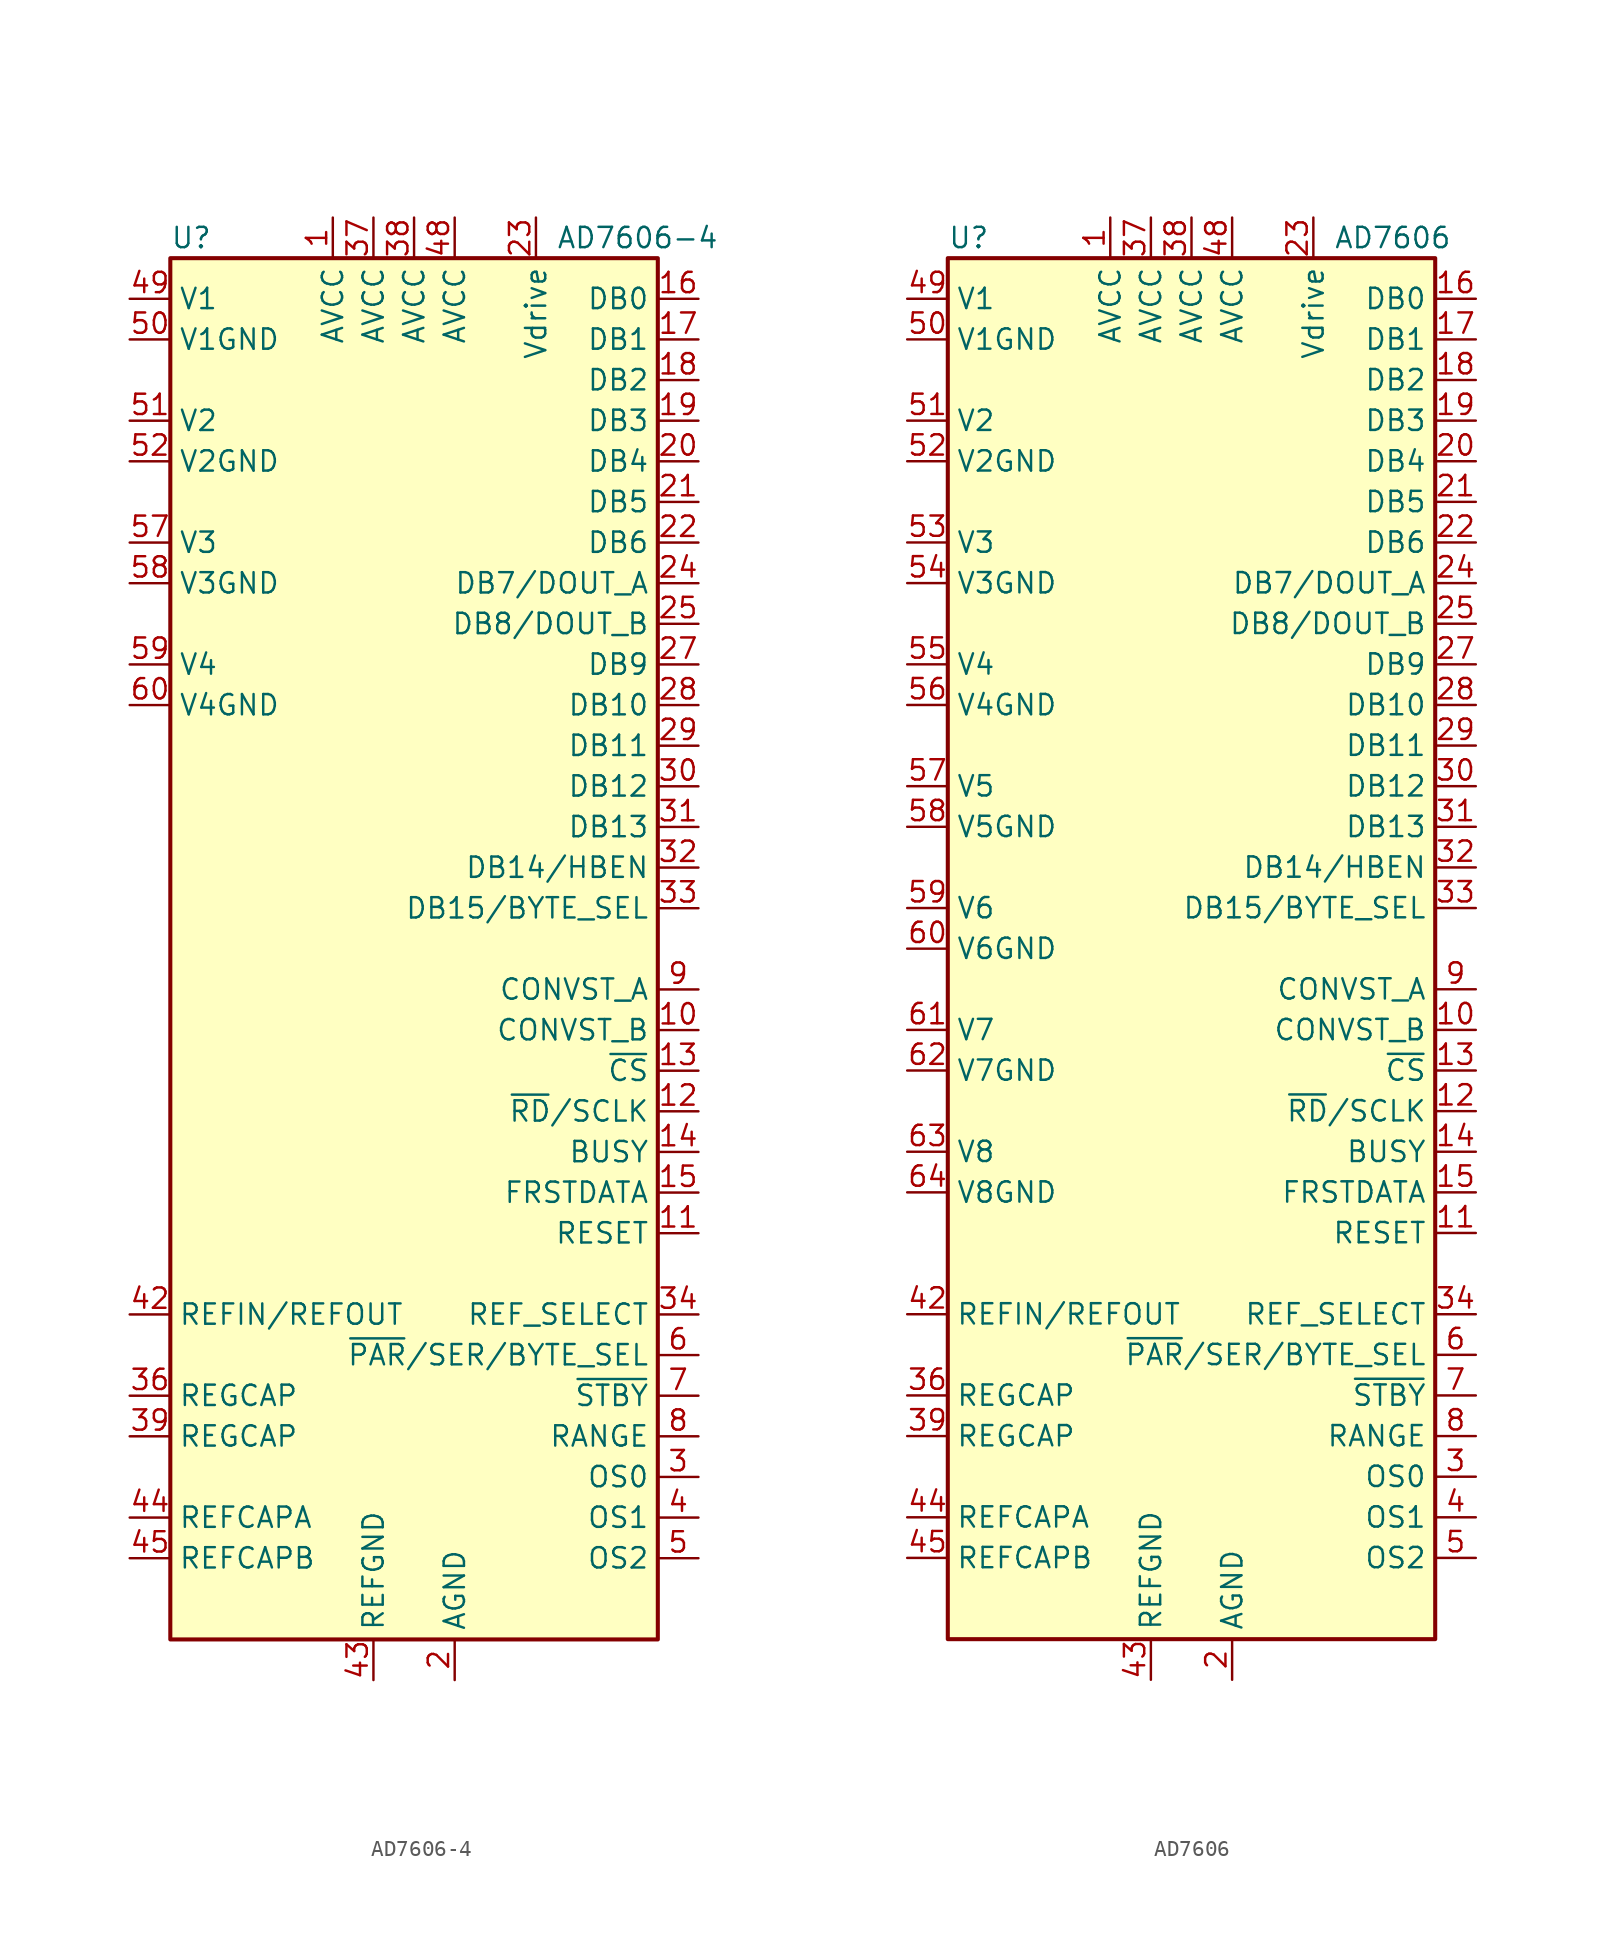
<source format=kicad_sym>
(kicad_symbol_lib
  (version 20241209)
  (generator "kicad_symbol_editor")
  (generator_version "9.0")
  (symbol "AD7606-4"
    (property "Reference" "U"
      (at -15.24 44.45 0)
      (effects (font (size 1.27 1.27)) (justify left)))
    (property "Value" "AD7606-4"
      (at 8.89 44.45 0)
      (effects (font (size 1.27 1.27)) (justify left)))
    (symbol "AD7606-4_1_1"
      (rectangle (start -15.24 43.18) (end 15.24 -43.18) (stroke (width 0.254) (type default)) (fill (type background)))
      (pin input line (at -17.78 40.64 0) (length 2.54) (name "V1" (effects (font (size 1.27 1.27)))) (number "49" (effects (font (size 1.27 1.27)))))
      (pin input line (at -17.78 38.1 0) (length 2.54) (name "V1GND" (effects (font (size 1.27 1.27)))) (number "50" (effects (font (size 1.27 1.27)))))
      (pin input line (at -17.78 33.02 0) (length 2.54) (name "V2" (effects (font (size 1.27 1.27)))) (number "51" (effects (font (size 1.27 1.27)))))
      (pin input line (at -17.78 30.48 0) (length 2.54) (name "V2GND" (effects (font (size 1.27 1.27)))) (number "52" (effects (font (size 1.27 1.27)))))
      (pin input line (at -17.78 25.4 0) (length 2.54) (name "V3" (effects (font (size 1.27 1.27)))) (number "57" (effects (font (size 1.27 1.27)))))
      (pin input line (at -17.78 22.86 0) (length 2.54) (name "V3GND" (effects (font (size 1.27 1.27)))) (number "58" (effects (font (size 1.27 1.27)))))
      (pin input line (at -17.78 17.78 0) (length 2.54) (name "V4" (effects (font (size 1.27 1.27)))) (number "59" (effects (font (size 1.27 1.27)))))
      (pin input line (at -17.78 15.24 0) (length 2.54) (name "V4GND" (effects (font (size 1.27 1.27)))) (number "60" (effects (font (size 1.27 1.27)))))
      (pin passive line (at -17.78 -22.86 0) (length 2.54) (name "REFIN/REFOUT" (effects (font (size 1.27 1.27)))) (number "42" (effects (font (size 1.27 1.27)))))
      (pin passive line (at -17.78 -27.94 0) (length 2.54) (name "REGCAP" (effects (font (size 1.27 1.27)))) (number "36" (effects (font (size 1.27 1.27)))))
      (pin passive line (at -17.78 -30.48 0) (length 2.54) (name "REGCAP" (effects (font (size 1.27 1.27)))) (number "39" (effects (font (size 1.27 1.27)))))
      (pin passive line (at -17.78 -35.56 0) (length 2.54) (name "REFCAPA" (effects (font (size 1.27 1.27)))) (number "44" (effects (font (size 1.27 1.27)))))
      (pin passive line (at -17.78 -38.1 0) (length 2.54) (name "REFCAPB" (effects (font (size 1.27 1.27)))) (number "45" (effects (font (size 1.27 1.27)))))
      (pin power_in line (at -5.08 45.72 270) (length 2.54) (name "AVCC" (effects (font (size 1.27 1.27)))) (number "1" (effects (font (size 1.27 1.27)))))
      (pin power_in line (at -2.54 45.72 270) (length 2.54) (name "AVCC" (effects (font (size 1.27 1.27)))) (number "37" (effects (font (size 1.27 1.27)))))
      (pin power_in line (at -2.54 -45.72 90) (length 2.54) (name "REFGND" (effects (font (size 1.27 1.27)))) (number "43" (effects (font (size 1.27 1.27)))))
      (pin passive line (at -2.54 -45.72 90) (length 2.54) (hide yes) (name "REFGND" (effects (font (size 1.27 1.27)))) (number "46" (effects (font (size 1.27 1.27)))))
      (pin power_in line (at 0 45.72 270) (length 2.54) (name "AVCC" (effects (font (size 1.27 1.27)))) (number "38" (effects (font (size 1.27 1.27)))))
      (pin power_in line (at 2.54 45.72 270) (length 2.54) (name "AVCC" (effects (font (size 1.27 1.27)))) (number "48" (effects (font (size 1.27 1.27)))))
      (pin power_in line (at 2.54 -45.72 90) (length 2.54) (name "AGND" (effects (font (size 1.27 1.27)))) (number "2" (effects (font (size 1.27 1.27)))))
      (pin passive line (at 2.54 -45.72 90) (length 2.54) (hide yes) (name "AGND" (effects (font (size 1.27 1.27)))) (number "26" (effects (font (size 1.27 1.27)))))
      (pin passive line (at 2.54 -45.72 90) (length 2.54) (hide yes) (name "AGND" (effects (font (size 1.27 1.27)))) (number "35" (effects (font (size 1.27 1.27)))))
      (pin passive line (at 2.54 -45.72 90) (length 2.54) (hide yes) (name "AGND" (effects (font (size 1.27 1.27)))) (number "40" (effects (font (size 1.27 1.27)))))
      (pin passive line (at 2.54 -45.72 90) (length 2.54) (hide yes) (name "AGND" (effects (font (size 1.27 1.27)))) (number "41" (effects (font (size 1.27 1.27)))))
      (pin passive line (at 2.54 -45.72 90) (length 2.54) (hide yes) (name "AGND" (effects (font (size 1.27 1.27)))) (number "47" (effects (font (size 1.27 1.27)))))
      (pin passive line (at 2.54 -45.72 90) (length 2.54) (hide yes) (name "AGND" (effects (font (size 1.27 1.27)))) (number "53" (effects (font (size 1.27 1.27)))))
      (pin passive line (at 2.54 -45.72 90) (length 2.54) (hide yes) (name "AGND" (effects (font (size 1.27 1.27)))) (number "54" (effects (font (size 1.27 1.27)))))
      (pin passive line (at 2.54 -45.72 90) (length 2.54) (hide yes) (name "AGND" (effects (font (size 1.27 1.27)))) (number "55" (effects (font (size 1.27 1.27)))))
      (pin passive line (at 2.54 -45.72 90) (length 2.54) (hide yes) (name "AGND" (effects (font (size 1.27 1.27)))) (number "56" (effects (font (size 1.27 1.27)))))
      (pin passive line (at 2.54 -45.72 90) (length 2.54) (hide yes) (name "AGND" (effects (font (size 1.27 1.27)))) (number "61" (effects (font (size 1.27 1.27)))))
      (pin passive line (at 2.54 -45.72 90) (length 2.54) (hide yes) (name "AGND" (effects (font (size 1.27 1.27)))) (number "62" (effects (font (size 1.27 1.27)))))
      (pin passive line (at 2.54 -45.72 90) (length 2.54) (hide yes) (name "AGND" (effects (font (size 1.27 1.27)))) (number "63" (effects (font (size 1.27 1.27)))))
      (pin passive line (at 2.54 -45.72 90) (length 2.54) (hide yes) (name "AGND" (effects (font (size 1.27 1.27)))) (number "64" (effects (font (size 1.27 1.27)))))
      (pin power_in line (at 7.62 45.72 270) (length 2.54) (name "Vdrive" (effects (font (size 1.27 1.27)))) (number "23" (effects (font (size 1.27 1.27)))))
      (pin output line (at 17.78 40.64 180) (length 2.54) (name "DB0" (effects (font (size 1.27 1.27)))) (number "16" (effects (font (size 1.27 1.27)))))
      (pin output line (at 17.78 38.1 180) (length 2.54) (name "DB1" (effects (font (size 1.27 1.27)))) (number "17" (effects (font (size 1.27 1.27)))))
      (pin output line (at 17.78 35.56 180) (length 2.54) (name "DB2" (effects (font (size 1.27 1.27)))) (number "18" (effects (font (size 1.27 1.27)))))
      (pin output line (at 17.78 33.02 180) (length 2.54) (name "DB3" (effects (font (size 1.27 1.27)))) (number "19" (effects (font (size 1.27 1.27)))))
      (pin output line (at 17.78 30.48 180) (length 2.54) (name "DB4" (effects (font (size 1.27 1.27)))) (number "20" (effects (font (size 1.27 1.27)))))
      (pin output line (at 17.78 27.94 180) (length 2.54) (name "DB5" (effects (font (size 1.27 1.27)))) (number "21" (effects (font (size 1.27 1.27)))))
      (pin output line (at 17.78 25.4 180) (length 2.54) (name "DB6" (effects (font (size 1.27 1.27)))) (number "22" (effects (font (size 1.27 1.27)))))
      (pin output line (at 17.78 22.86 180) (length 2.54) (name "DB7/DOUT_A" (effects (font (size 1.27 1.27)))) (number "24" (effects (font (size 1.27 1.27)))))
      (pin output line (at 17.78 20.32 180) (length 2.54) (name "DB8/DOUT_B" (effects (font (size 1.27 1.27)))) (number "25" (effects (font (size 1.27 1.27)))))
      (pin output line (at 17.78 17.78 180) (length 2.54) (name "DB9" (effects (font (size 1.27 1.27)))) (number "27" (effects (font (size 1.27 1.27)))))
      (pin output line (at 17.78 15.24 180) (length 2.54) (name "DB10" (effects (font (size 1.27 1.27)))) (number "28" (effects (font (size 1.27 1.27)))))
      (pin output line (at 17.78 12.7 180) (length 2.54) (name "DB11" (effects (font (size 1.27 1.27)))) (number "29" (effects (font (size 1.27 1.27)))))
      (pin output line (at 17.78 10.16 180) (length 2.54) (name "DB12" (effects (font (size 1.27 1.27)))) (number "30" (effects (font (size 1.27 1.27)))))
      (pin output line (at 17.78 7.62 180) (length 2.54) (name "DB13" (effects (font (size 1.27 1.27)))) (number "31" (effects (font (size 1.27 1.27)))))
      (pin bidirectional line (at 17.78 5.08 180) (length 2.54) (name "DB14/HBEN" (effects (font (size 1.27 1.27)))) (number "32" (effects (font (size 1.27 1.27)))))
      (pin bidirectional line (at 17.78 2.54 180) (length 2.54) (name "DB15/BYTE_SEL" (effects (font (size 1.27 1.27)))) (number "33" (effects (font (size 1.27 1.27)))))
      (pin input line (at 17.78 -2.54 180) (length 2.54) (name "CONVST_A" (effects (font (size 1.27 1.27)))) (number "9" (effects (font (size 1.27 1.27)))))
      (pin input line (at 17.78 -5.08 180) (length 2.54) (name "CONVST_B" (effects (font (size 1.27 1.27)))) (number "10" (effects (font (size 1.27 1.27)))))
      (pin input line (at 17.78 -7.62 180) (length 2.54) (name "~{CS}" (effects (font (size 1.27 1.27)))) (number "13" (effects (font (size 1.27 1.27)))))
      (pin input line (at 17.78 -10.16 180) (length 2.54) (name "~{RD}/SCLK" (effects (font (size 1.27 1.27)))) (number "12" (effects (font (size 1.27 1.27)))))
      (pin output line (at 17.78 -12.7 180) (length 2.54) (name "BUSY" (effects (font (size 1.27 1.27)))) (number "14" (effects (font (size 1.27 1.27)))))
      (pin output line (at 17.78 -15.24 180) (length 2.54) (name "FRSTDATA" (effects (font (size 1.27 1.27)))) (number "15" (effects (font (size 1.27 1.27)))))
      (pin input line (at 17.78 -17.78 180) (length 2.54) (name "RESET" (effects (font (size 1.27 1.27)))) (number "11" (effects (font (size 1.27 1.27)))))
      (pin input line (at 17.78 -22.86 180) (length 2.54) (name "REF_SELECT" (effects (font (size 1.27 1.27)))) (number "34" (effects (font (size 1.27 1.27)))))
      (pin input line (at 17.78 -25.4 180) (length 2.54) (name "~{PAR}/SER/BYTE_SEL" (effects (font (size 1.27 1.27)))) (number "6" (effects (font (size 1.27 1.27)))))
      (pin input line (at 17.78 -27.94 180) (length 2.54) (name "~{STBY}" (effects (font (size 1.27 1.27)))) (number "7" (effects (font (size 1.27 1.27)))))
      (pin input line (at 17.78 -30.48 180) (length 2.54) (name "RANGE" (effects (font (size 1.27 1.27)))) (number "8" (effects (font (size 1.27 1.27)))))
      (pin input line (at 17.78 -33.02 180) (length 2.54) (name "OS0" (effects (font (size 1.27 1.27)))) (number "3" (effects (font (size 1.27 1.27)))))
      (pin input line (at 17.78 -35.56 180) (length 2.54) (name "OS1" (effects (font (size 1.27 1.27)))) (number "4" (effects (font (size 1.27 1.27)))))
      (pin input line (at 17.78 -38.1 180) (length 2.54) (name "OS2" (effects (font (size 1.27 1.27)))) (number "5" (effects (font (size 1.27 1.27)))))))
  (symbol "AD7606"
    (property "Reference" "U"
      (at -15.24 44.45 0)
      (effects (font (size 1.27 1.27)) (justify left)))
    (property "Value" "AD7606"
      (at 8.89 44.45 0)
      (effects (font (size 1.27 1.27)) (justify left)))
    (symbol "AD7606_1_1"
      (rectangle (start -15.24 43.18) (end 15.24 -43.18) (stroke (width 0.254) (type default)) (fill (type background)))
      (pin input line (at -17.78 40.64 0) (length 2.54) (name "V1" (effects (font (size 1.27 1.27)))) (number "49" (effects (font (size 1.27 1.27)))))
      (pin input line (at -17.78 38.1 0) (length 2.54) (name "V1GND" (effects (font (size 1.27 1.27)))) (number "50" (effects (font (size 1.27 1.27)))))
      (pin input line (at -17.78 33.02 0) (length 2.54) (name "V2" (effects (font (size 1.27 1.27)))) (number "51" (effects (font (size 1.27 1.27)))))
      (pin input line (at -17.78 30.48 0) (length 2.54) (name "V2GND" (effects (font (size 1.27 1.27)))) (number "52" (effects (font (size 1.27 1.27)))))
      (pin input line (at -17.78 25.4 0) (length 2.54) (name "V3" (effects (font (size 1.27 1.27)))) (number "53" (effects (font (size 1.27 1.27)))))
      (pin input line (at -17.78 22.86 0) (length 2.54) (name "V3GND" (effects (font (size 1.27 1.27)))) (number "54" (effects (font (size 1.27 1.27)))))
      (pin input line (at -17.78 17.78 0) (length 2.54) (name "V4" (effects (font (size 1.27 1.27)))) (number "55" (effects (font (size 1.27 1.27)))))
      (pin input line (at -17.78 15.24 0) (length 2.54) (name "V4GND" (effects (font (size 1.27 1.27)))) (number "56" (effects (font (size 1.27 1.27)))))
      (pin input line (at -17.78 10.16 0) (length 2.54) (name "V5" (effects (font (size 1.27 1.27)))) (number "57" (effects (font (size 1.27 1.27)))))
      (pin input line (at -17.78 7.62 0) (length 2.54) (name "V5GND" (effects (font (size 1.27 1.27)))) (number "58" (effects (font (size 1.27 1.27)))))
      (pin input line (at -17.78 2.54 0) (length 2.54) (name "V6" (effects (font (size 1.27 1.27)))) (number "59" (effects (font (size 1.27 1.27)))))
      (pin input line (at -17.78 0 0) (length 2.54) (name "V6GND" (effects (font (size 1.27 1.27)))) (number "60" (effects (font (size 1.27 1.27)))))
      (pin input line (at -17.78 -5.08 0) (length 2.54) (name "V7" (effects (font (size 1.27 1.27)))) (number "61" (effects (font (size 1.27 1.27)))))
      (pin input line (at -17.78 -7.62 0) (length 2.54) (name "V7GND" (effects (font (size 1.27 1.27)))) (number "62" (effects (font (size 1.27 1.27)))))
      (pin input line (at -17.78 -12.7 0) (length 2.54) (name "V8" (effects (font (size 1.27 1.27)))) (number "63" (effects (font (size 1.27 1.27)))))
      (pin input line (at -17.78 -15.24 0) (length 2.54) (name "V8GND" (effects (font (size 1.27 1.27)))) (number "64" (effects (font (size 1.27 1.27)))))
      (pin passive line (at -17.78 -22.86 0) (length 2.54) (name "REFIN/REFOUT" (effects (font (size 1.27 1.27)))) (number "42" (effects (font (size 1.27 1.27)))))
      (pin passive line (at -17.78 -27.94 0) (length 2.54) (name "REGCAP" (effects (font (size 1.27 1.27)))) (number "36" (effects (font (size 1.27 1.27)))))
      (pin passive line (at -17.78 -30.48 0) (length 2.54) (name "REGCAP" (effects (font (size 1.27 1.27)))) (number "39" (effects (font (size 1.27 1.27)))))
      (pin passive line (at -17.78 -35.56 0) (length 2.54) (name "REFCAPA" (effects (font (size 1.27 1.27)))) (number "44" (effects (font (size 1.27 1.27)))))
      (pin passive line (at -17.78 -38.1 0) (length 2.54) (name "REFCAPB" (effects (font (size 1.27 1.27)))) (number "45" (effects (font (size 1.27 1.27)))))
      (pin power_in line (at -5.08 45.72 270) (length 2.54) (name "AVCC" (effects (font (size 1.27 1.27)))) (number "1" (effects (font (size 1.27 1.27)))))
      (pin power_in line (at -2.54 45.72 270) (length 2.54) (name "AVCC" (effects (font (size 1.27 1.27)))) (number "37" (effects (font (size 1.27 1.27)))))
      (pin power_in line (at -2.54 -45.72 90) (length 2.54) (name "REFGND" (effects (font (size 1.27 1.27)))) (number "43" (effects (font (size 1.27 1.27)))))
      (pin passive line (at -2.54 -45.72 90) (length 2.54) (hide yes) (name "REFGND" (effects (font (size 1.27 1.27)))) (number "46" (effects (font (size 1.27 1.27)))))
      (pin power_in line (at 0 45.72 270) (length 2.54) (name "AVCC" (effects (font (size 1.27 1.27)))) (number "38" (effects (font (size 1.27 1.27)))))
      (pin power_in line (at 2.54 45.72 270) (length 2.54) (name "AVCC" (effects (font (size 1.27 1.27)))) (number "48" (effects (font (size 1.27 1.27)))))
      (pin power_in line (at 2.54 -45.72 90) (length 2.54) (name "AGND" (effects (font (size 1.27 1.27)))) (number "2" (effects (font (size 1.27 1.27)))))
      (pin passive line (at 2.54 -45.72 90) (length 2.54) (hide yes) (name "AGND" (effects (font (size 1.27 1.27)))) (number "26" (effects (font (size 1.27 1.27)))))
      (pin passive line (at 2.54 -45.72 90) (length 2.54) (hide yes) (name "AGND" (effects (font (size 1.27 1.27)))) (number "35" (effects (font (size 1.27 1.27)))))
      (pin passive line (at 2.54 -45.72 90) (length 2.54) (hide yes) (name "AGND" (effects (font (size 1.27 1.27)))) (number "40" (effects (font (size 1.27 1.27)))))
      (pin passive line (at 2.54 -45.72 90) (length 2.54) (hide yes) (name "AGND" (effects (font (size 1.27 1.27)))) (number "41" (effects (font (size 1.27 1.27)))))
      (pin passive line (at 2.54 -45.72 90) (length 2.54) (hide yes) (name "AGND" (effects (font (size 1.27 1.27)))) (number "47" (effects (font (size 1.27 1.27)))))
      (pin power_in line (at 7.62 45.72 270) (length 2.54) (name "Vdrive" (effects (font (size 1.27 1.27)))) (number "23" (effects (font (size 1.27 1.27)))))
      (pin output line (at 17.78 40.64 180) (length 2.54) (name "DB0" (effects (font (size 1.27 1.27)))) (number "16" (effects (font (size 1.27 1.27)))))
      (pin output line (at 17.78 38.1 180) (length 2.54) (name "DB1" (effects (font (size 1.27 1.27)))) (number "17" (effects (font (size 1.27 1.27)))))
      (pin output line (at 17.78 35.56 180) (length 2.54) (name "DB2" (effects (font (size 1.27 1.27)))) (number "18" (effects (font (size 1.27 1.27)))))
      (pin output line (at 17.78 33.02 180) (length 2.54) (name "DB3" (effects (font (size 1.27 1.27)))) (number "19" (effects (font (size 1.27 1.27)))))
      (pin output line (at 17.78 30.48 180) (length 2.54) (name "DB4" (effects (font (size 1.27 1.27)))) (number "20" (effects (font (size 1.27 1.27)))))
      (pin output line (at 17.78 27.94 180) (length 2.54) (name "DB5" (effects (font (size 1.27 1.27)))) (number "21" (effects (font (size 1.27 1.27)))))
      (pin output line (at 17.78 25.4 180) (length 2.54) (name "DB6" (effects (font (size 1.27 1.27)))) (number "22" (effects (font (size 1.27 1.27)))))
      (pin output line (at 17.78 22.86 180) (length 2.54) (name "DB7/DOUT_A" (effects (font (size 1.27 1.27)))) (number "24" (effects (font (size 1.27 1.27)))))
      (pin output line (at 17.78 20.32 180) (length 2.54) (name "DB8/DOUT_B" (effects (font (size 1.27 1.27)))) (number "25" (effects (font (size 1.27 1.27)))))
      (pin output line (at 17.78 17.78 180) (length 2.54) (name "DB9" (effects (font (size 1.27 1.27)))) (number "27" (effects (font (size 1.27 1.27)))))
      (pin output line (at 17.78 15.24 180) (length 2.54) (name "DB10" (effects (font (size 1.27 1.27)))) (number "28" (effects (font (size 1.27 1.27)))))
      (pin output line (at 17.78 12.7 180) (length 2.54) (name "DB11" (effects (font (size 1.27 1.27)))) (number "29" (effects (font (size 1.27 1.27)))))
      (pin output line (at 17.78 10.16 180) (length 2.54) (name "DB12" (effects (font (size 1.27 1.27)))) (number "30" (effects (font (size 1.27 1.27)))))
      (pin output line (at 17.78 7.62 180) (length 2.54) (name "DB13" (effects (font (size 1.27 1.27)))) (number "31" (effects (font (size 1.27 1.27)))))
      (pin bidirectional line (at 17.78 5.08 180) (length 2.54) (name "DB14/HBEN" (effects (font (size 1.27 1.27)))) (number "32" (effects (font (size 1.27 1.27)))))
      (pin bidirectional line (at 17.78 2.54 180) (length 2.54) (name "DB15/BYTE_SEL" (effects (font (size 1.27 1.27)))) (number "33" (effects (font (size 1.27 1.27)))))
      (pin input line (at 17.78 -2.54 180) (length 2.54) (name "CONVST_A" (effects (font (size 1.27 1.27)))) (number "9" (effects (font (size 1.27 1.27)))))
      (pin input line (at 17.78 -5.08 180) (length 2.54) (name "CONVST_B" (effects (font (size 1.27 1.27)))) (number "10" (effects (font (size 1.27 1.27)))))
      (pin input line (at 17.78 -7.62 180) (length 2.54) (name "~{CS}" (effects (font (size 1.27 1.27)))) (number "13" (effects (font (size 1.27 1.27)))))
      (pin input line (at 17.78 -10.16 180) (length 2.54) (name "~{RD}/SCLK" (effects (font (size 1.27 1.27)))) (number "12" (effects (font (size 1.27 1.27)))))
      (pin output line (at 17.78 -12.7 180) (length 2.54) (name "BUSY" (effects (font (size 1.27 1.27)))) (number "14" (effects (font (size 1.27 1.27)))))
      (pin output line (at 17.78 -15.24 180) (length 2.54) (name "FRSTDATA" (effects (font (size 1.27 1.27)))) (number "15" (effects (font (size 1.27 1.27)))))
      (pin input line (at 17.78 -17.78 180) (length 2.54) (name "RESET" (effects (font (size 1.27 1.27)))) (number "11" (effects (font (size 1.27 1.27)))))
      (pin input line (at 17.78 -22.86 180) (length 2.54) (name "REF_SELECT" (effects (font (size 1.27 1.27)))) (number "34" (effects (font (size 1.27 1.27)))))
      (pin input line (at 17.78 -25.4 180) (length 2.54) (name "~{PAR}/SER/BYTE_SEL" (effects (font (size 1.27 1.27)))) (number "6" (effects (font (size 1.27 1.27)))))
      (pin input line (at 17.78 -27.94 180) (length 2.54) (name "~{STBY}" (effects (font (size 1.27 1.27)))) (number "7" (effects (font (size 1.27 1.27)))))
      (pin input line (at 17.78 -30.48 180) (length 2.54) (name "RANGE" (effects (font (size 1.27 1.27)))) (number "8" (effects (font (size 1.27 1.27)))))
      (pin input line (at 17.78 -33.02 180) (length 2.54) (name "OS0" (effects (font (size 1.27 1.27)))) (number "3" (effects (font (size 1.27 1.27)))))
      (pin input line (at 17.78 -35.56 180) (length 2.54) (name "OS1" (effects (font (size 1.27 1.27)))) (number "4" (effects (font (size 1.27 1.27)))))
      (pin input line (at 17.78 -38.1 180) (length 2.54) (name "OS2" (effects (font (size 1.27 1.27)))) (number "5" (effects (font (size 1.27 1.27))))))))
</source>
